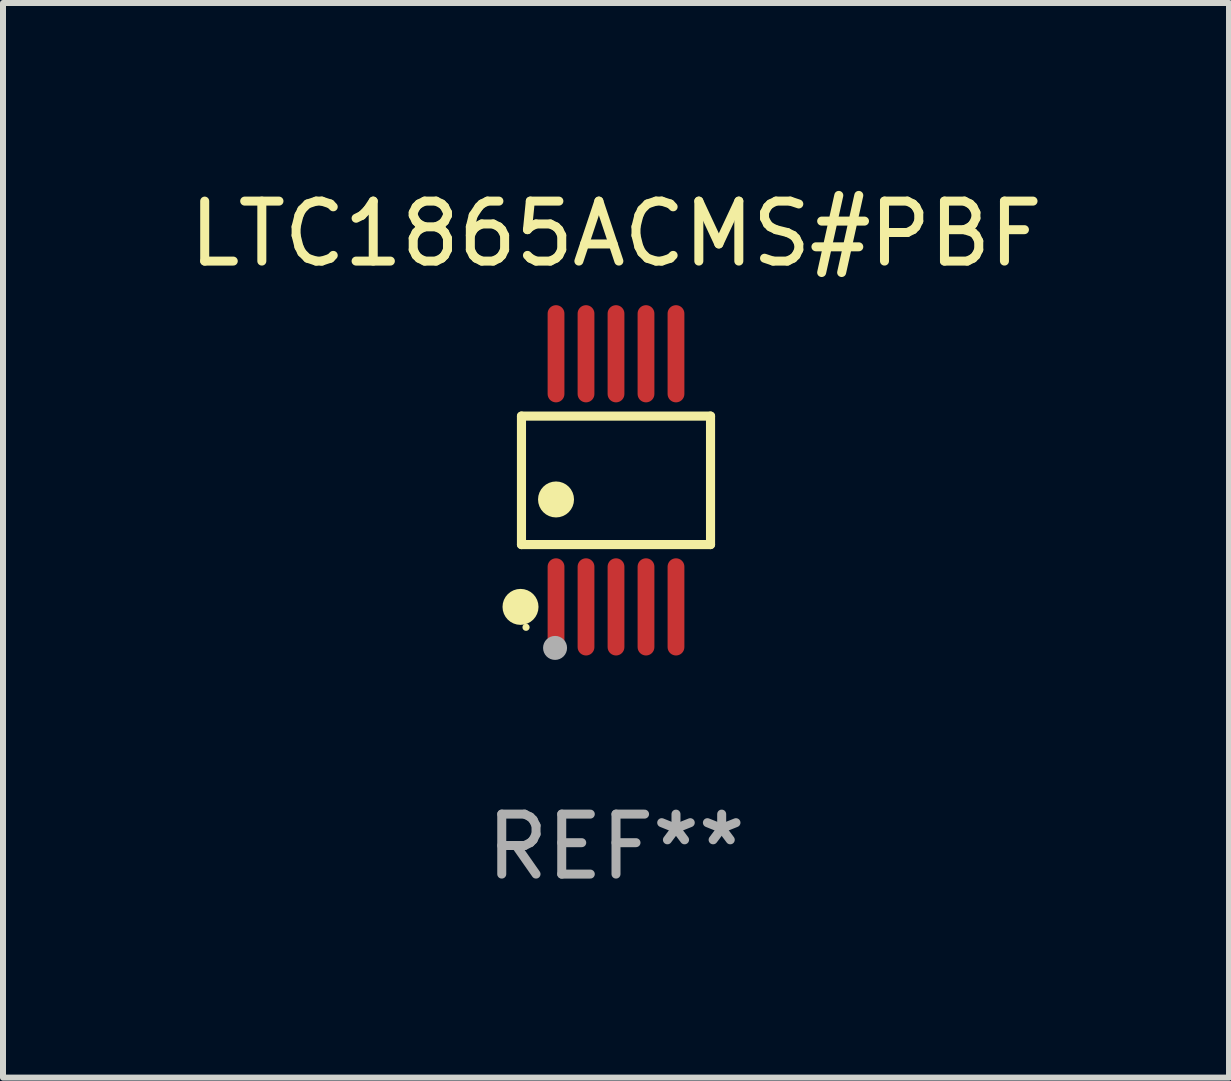
<source format=kicad_pcb>
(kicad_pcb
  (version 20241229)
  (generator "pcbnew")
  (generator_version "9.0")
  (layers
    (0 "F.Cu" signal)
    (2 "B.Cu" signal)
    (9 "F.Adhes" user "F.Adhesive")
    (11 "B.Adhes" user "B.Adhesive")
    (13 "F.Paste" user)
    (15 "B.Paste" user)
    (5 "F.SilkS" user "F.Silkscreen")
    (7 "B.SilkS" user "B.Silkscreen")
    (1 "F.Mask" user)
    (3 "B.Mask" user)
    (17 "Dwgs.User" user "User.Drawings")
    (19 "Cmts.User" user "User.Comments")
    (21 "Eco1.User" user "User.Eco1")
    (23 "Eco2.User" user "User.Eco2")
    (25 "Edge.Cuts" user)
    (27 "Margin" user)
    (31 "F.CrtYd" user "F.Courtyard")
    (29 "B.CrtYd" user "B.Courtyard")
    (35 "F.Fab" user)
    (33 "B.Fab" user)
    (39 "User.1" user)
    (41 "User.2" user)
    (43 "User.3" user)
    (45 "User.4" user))
  (footprint "LTC1865ACMS#PBF"
    (layer "F.Cu")
    (at 7.22 4.958)
    (property "Reference" "LTC1865ACMS#PBF" (at 0 -4.11 0) (layer "F.SilkS") (effects (font (size 1 1) (thickness 0.15))))
    (attr through_hole)
    (fp_line (start -1.576 -1.071) (end 1.576 -1.071) (stroke (width 0.152) (type solid)) (layer "F.SilkS"))
    (fp_line (start -1.576 1.071) (end -1.576 -1.071) (stroke (width 0.152) (type solid)) (layer "F.SilkS"))
    (fp_line (start 1.576 -1.071) (end 1.576 1.071) (stroke (width 0.152) (type solid)) (layer "F.SilkS"))
    (fp_line (start 1.576 1.071) (end -1.576 1.071) (stroke (width 0.152) (type solid)) (layer "F.SilkS"))
    (fp_circle (center -1.592 2.11) (end -1.442 2.11) (stroke (width 0.3) (type solid)) (fill no) (layer "F.SilkS"))
    (fp_circle (center -1.5 2.45) (end -1.47 2.45) (stroke (width 0.06) (type solid)) (fill no) (layer "F.SilkS"))
    (fp_circle (center -1 0.319) (end -0.85 0.319) (stroke (width 0.3) (type solid)) (fill no) (layer "F.SilkS"))
    (fp_circle (center -1.016 2.794) (end -0.916 2.794) (stroke (width 0.2) (type solid)) (fill no) (layer "F.Fab"))
    (fp_text user "REF**" (at 0 6.11 0) (layer "F.Fab") (effects (font (size 1 1) (thickness 0.15))))
    (pad "1" smd oval (at -1 2.11) (size 0.28 1.62) (layers "F.Cu" "F.Mask" "F.Paste"))
    (pad "2" smd oval (at -0.5 2.11) (size 0.28 1.62) (layers "F.Cu" "F.Mask" "F.Paste"))
    (pad "3" smd oval (at 0 2.11) (size 0.28 1.62) (layers "F.Cu" "F.Mask" "F.Paste"))
    (pad "4" smd oval (at 0.5 2.11) (size 0.28 1.62) (layers "F.Cu" "F.Mask" "F.Paste"))
    (pad "5" smd oval (at 1 2.11) (size 0.28 1.62) (layers "F.Cu" "F.Mask" "F.Paste"))
    (pad "6" smd oval (at 1 -2.11) (size 0.28 1.62) (layers "F.Cu" "F.Mask" "F.Paste"))
    (pad "7" smd oval (at 0.5 -2.11) (size 0.28 1.62) (layers "F.Cu" "F.Mask" "F.Paste"))
    (pad "8" smd oval (at 0 -2.11) (size 0.28 1.62) (layers "F.Cu" "F.Mask" "F.Paste"))
    (pad "9" smd oval (at -0.5 -2.11) (size 0.28 1.62) (layers "F.Cu" "F.Mask" "F.Paste"))
    (pad "10" smd oval (at -1 -2.11) (size 0.28 1.62) (layers "F.Cu" "F.Mask" "F.Paste")))
  (gr_rect
    (start -3 -3)
    (end 17.44 14.916)
    (stroke (width 0.1) (type default))
    (fill no)
    (layer "Edge.Cuts")))
</source>
